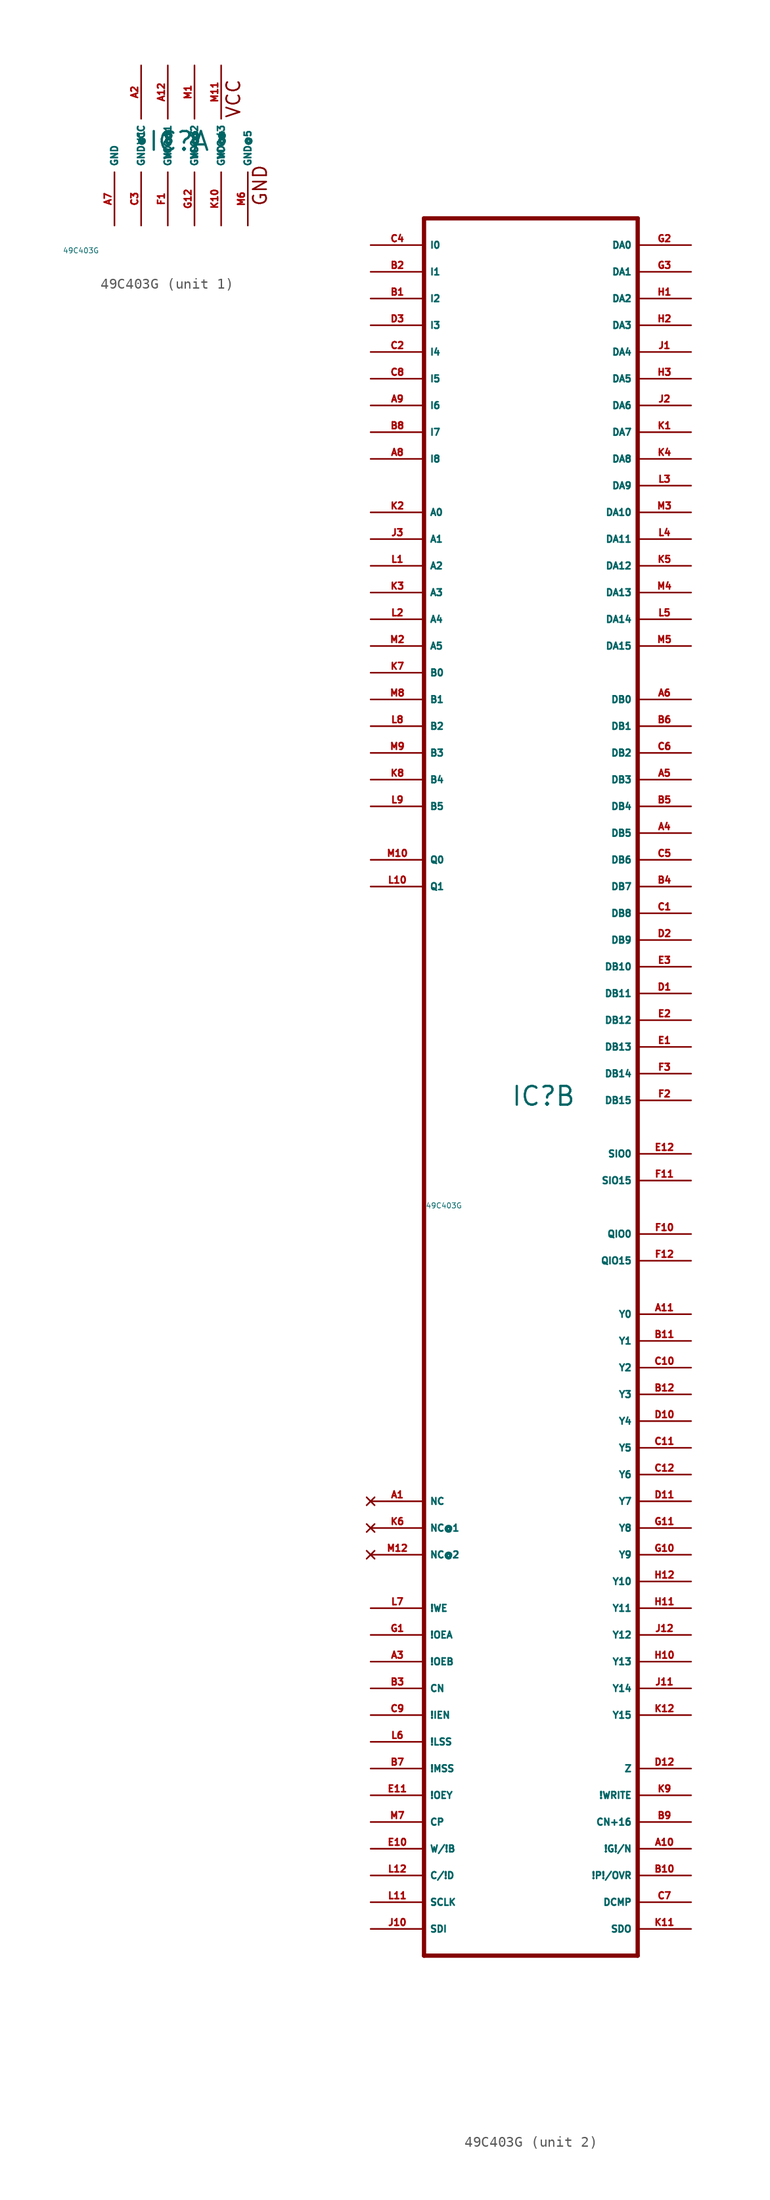
<source format=kicad_sym>
(kicad_symbol_lib
  (version 20220914)
  (generator Eagle2Kicad)
  (symbol "49C403G"
    (property "Reference" "IC"
      (at -1.905 -0.635 0)
      (effects (font (size 1.778 1.778) (thickness 0.22)) (justify left bottom)))
    (property "Value" "49C403G"
      (at -10 -10 0)
      (effects (font (size 0.5 0.5) (thickness 0.06)) (justify left)))
    (symbol "49C403G_1_0"
      (text "GND" (at 9.525 -5.842 900) (effects (font (size 1.27 1.27) (thickness 0.16)) (justify left bottom)))
      (text "VCC" (at 6.985 2.54 900) (effects (font (size 1.27 1.27) (thickness 0.16)) (justify left bottom)))
      (pin unspecified line (at -2.54 7.62 270) (length 5.08) (name "VCC" (effects (font (size 0.635 0.635) (thickness 0.08)) (justify left bottom))) (number "A2" (effects (font (size 0.635 0.635) (thickness 0.08)) (justify left bottom))))
      (pin unspecified line (at -5.08 -7.62 90) (length 5.08) (name "GND" (effects (font (size 0.635 0.635) (thickness 0.08)) (justify left bottom))) (number "A7" (effects (font (size 0.635 0.635) (thickness 0.08)) (justify left bottom))))
      (pin unspecified line (at 0 7.62 270) (length 5.08) (name "VCC@1" (effects (font (size 0.635 0.635) (thickness 0.08)) (justify left bottom))) (number "A12" (effects (font (size 0.635 0.635) (thickness 0.08)) (justify left bottom))))
      (pin unspecified line (at -2.54 -7.62 90) (length 5.08) (name "GND@1" (effects (font (size 0.635 0.635) (thickness 0.08)) (justify left bottom))) (number "C3" (effects (font (size 0.635 0.635) (thickness 0.08)) (justify left bottom))))
      (pin unspecified line (at 2.54 7.62 270) (length 5.08) (name "VCC@2" (effects (font (size 0.635 0.635) (thickness 0.08)) (justify left bottom))) (number "M1" (effects (font (size 0.635 0.635) (thickness 0.08)) (justify left bottom))))
      (pin unspecified line (at 5.08 7.62 270) (length 5.08) (name "VCC@3" (effects (font (size 0.635 0.635) (thickness 0.08)) (justify left bottom))) (number "M11" (effects (font (size 0.635 0.635) (thickness 0.08)) (justify left bottom))))
      (pin unspecified line (at 0 -7.62 90) (length 5.08) (name "GND@2" (effects (font (size 0.635 0.635) (thickness 0.08)) (justify left bottom))) (number "F1" (effects (font (size 0.635 0.635) (thickness 0.08)) (justify left bottom))))
      (pin unspecified line (at 2.54 -7.62 90) (length 5.08) (name "GND@3" (effects (font (size 0.635 0.635) (thickness 0.08)) (justify left bottom))) (number "G12" (effects (font (size 0.635 0.635) (thickness 0.08)) (justify left bottom))))
      (pin unspecified line (at 5.08 -7.62 90) (length 5.08) (name "GND@4" (effects (font (size 0.635 0.635) (thickness 0.08)) (justify left bottom))) (number "K10" (effects (font (size 0.635 0.635) (thickness 0.08)) (justify left bottom))))
      (pin unspecified line (at 7.62 -7.62 90) (length 5.08) (name "GND@5" (effects (font (size 0.635 0.635) (thickness 0.08)) (justify left bottom))) (number "M6" (effects (font (size 0.635 0.635) (thickness 0.08)) (justify left bottom)))))
    (symbol "49C403G_2_0"
      (polyline (pts (xy -10.16 -81.28) (xy 10.16 -81.28)) (stroke (width 0.406) (type default)) (fill (type none)))
      (polyline (pts (xy 10.16 -81.28) (xy 10.16 83.82)) (stroke (width 0.406) (type default)) (fill (type none)))
      (polyline (pts (xy 10.16 83.82) (xy -10.16 83.82)) (stroke (width 0.406) (type default)) (fill (type none)))
      (polyline (pts (xy -10.16 83.82) (xy -10.16 -81.28)) (stroke (width 0.406) (type default)) (fill (type none)))
      (pin input line (at -15.24 81.28 0) (length 5.08) (name "I0" (effects (font (size 0.635 0.635) (thickness 0.08)) (justify left bottom))) (number "C4" (effects (font (size 0.635 0.635) (thickness 0.08)) (justify left bottom))))
      (pin input line (at -15.24 78.74 0) (length 5.08) (name "I1" (effects (font (size 0.635 0.635) (thickness 0.08)) (justify left bottom))) (number "B2" (effects (font (size 0.635 0.635) (thickness 0.08)) (justify left bottom))))
      (pin input line (at -15.24 76.2 0) (length 5.08) (name "I2" (effects (font (size 0.635 0.635) (thickness 0.08)) (justify left bottom))) (number "B1" (effects (font (size 0.635 0.635) (thickness 0.08)) (justify left bottom))))
      (pin input line (at -15.24 73.66 0) (length 5.08) (name "I3" (effects (font (size 0.635 0.635) (thickness 0.08)) (justify left bottom))) (number "D3" (effects (font (size 0.635 0.635) (thickness 0.08)) (justify left bottom))))
      (pin input line (at -15.24 71.12 0) (length 5.08) (name "I4" (effects (font (size 0.635 0.635) (thickness 0.08)) (justify left bottom))) (number "C2" (effects (font (size 0.635 0.635) (thickness 0.08)) (justify left bottom))))
      (pin input line (at -15.24 68.58 0) (length 5.08) (name "I5" (effects (font (size 0.635 0.635) (thickness 0.08)) (justify left bottom))) (number "C8" (effects (font (size 0.635 0.635) (thickness 0.08)) (justify left bottom))))
      (pin input line (at -15.24 66.04 0) (length 5.08) (name "I6" (effects (font (size 0.635 0.635) (thickness 0.08)) (justify left bottom))) (number "A9" (effects (font (size 0.635 0.635) (thickness 0.08)) (justify left bottom))))
      (pin input line (at -15.24 63.5 0) (length 5.08) (name "I7" (effects (font (size 0.635 0.635) (thickness 0.08)) (justify left bottom))) (number "B8" (effects (font (size 0.635 0.635) (thickness 0.08)) (justify left bottom))))
      (pin input line (at -15.24 60.96 0) (length 5.08) (name "I8" (effects (font (size 0.635 0.635) (thickness 0.08)) (justify left bottom))) (number "A8" (effects (font (size 0.635 0.635) (thickness 0.08)) (justify left bottom))))
      (pin input line (at -15.24 55.88 0) (length 5.08) (name "A0" (effects (font (size 0.635 0.635) (thickness 0.08)) (justify left bottom))) (number "K2" (effects (font (size 0.635 0.635) (thickness 0.08)) (justify left bottom))))
      (pin input line (at -15.24 53.34 0) (length 5.08) (name "A1" (effects (font (size 0.635 0.635) (thickness 0.08)) (justify left bottom))) (number "J3" (effects (font (size 0.635 0.635) (thickness 0.08)) (justify left bottom))))
      (pin input line (at -15.24 50.8 0) (length 5.08) (name "A2" (effects (font (size 0.635 0.635) (thickness 0.08)) (justify left bottom))) (number "L1" (effects (font (size 0.635 0.635) (thickness 0.08)) (justify left bottom))))
      (pin input line (at -15.24 48.26 0) (length 5.08) (name "A3" (effects (font (size 0.635 0.635) (thickness 0.08)) (justify left bottom))) (number "K3" (effects (font (size 0.635 0.635) (thickness 0.08)) (justify left bottom))))
      (pin input line (at -15.24 45.72 0) (length 5.08) (name "A4" (effects (font (size 0.635 0.635) (thickness 0.08)) (justify left bottom))) (number "L2" (effects (font (size 0.635 0.635) (thickness 0.08)) (justify left bottom))))
      (pin input line (at -15.24 43.18 0) (length 5.08) (name "A5" (effects (font (size 0.635 0.635) (thickness 0.08)) (justify left bottom))) (number "M2" (effects (font (size 0.635 0.635) (thickness 0.08)) (justify left bottom))))
      (pin input line (at -15.24 40.64 0) (length 5.08) (name "B0" (effects (font (size 0.635 0.635) (thickness 0.08)) (justify left bottom))) (number "K7" (effects (font (size 0.635 0.635) (thickness 0.08)) (justify left bottom))))
      (pin input line (at -15.24 38.1 0) (length 5.08) (name "B1" (effects (font (size 0.635 0.635) (thickness 0.08)) (justify left bottom))) (number "M8" (effects (font (size 0.635 0.635) (thickness 0.08)) (justify left bottom))))
      (pin input line (at -15.24 35.56 0) (length 5.08) (name "B2" (effects (font (size 0.635 0.635) (thickness 0.08)) (justify left bottom))) (number "L8" (effects (font (size 0.635 0.635) (thickness 0.08)) (justify left bottom))))
      (pin input line (at -15.24 33.02 0) (length 5.08) (name "B3" (effects (font (size 0.635 0.635) (thickness 0.08)) (justify left bottom))) (number "M9" (effects (font (size 0.635 0.635) (thickness 0.08)) (justify left bottom))))
      (pin input line (at -15.24 30.48 0) (length 5.08) (name "B4" (effects (font (size 0.635 0.635) (thickness 0.08)) (justify left bottom))) (number "K8" (effects (font (size 0.635 0.635) (thickness 0.08)) (justify left bottom))))
      (pin input line (at -15.24 27.94 0) (length 5.08) (name "B5" (effects (font (size 0.635 0.635) (thickness 0.08)) (justify left bottom))) (number "L9" (effects (font (size 0.635 0.635) (thickness 0.08)) (justify left bottom))))
      (pin input line (at -15.24 -48.26 0) (length 5.08) (name "!WE" (effects (font (size 0.635 0.635) (thickness 0.08)) (justify left bottom))) (number "L7" (effects (font (size 0.635 0.635) (thickness 0.08)) (justify left bottom))))
      (pin input line (at -15.24 -50.8 0) (length 5.08) (name "!OEA" (effects (font (size 0.635 0.635) (thickness 0.08)) (justify left bottom))) (number "G1" (effects (font (size 0.635 0.635) (thickness 0.08)) (justify left bottom))))
      (pin input line (at -15.24 -53.34 0) (length 5.08) (name "!OEB" (effects (font (size 0.635 0.635) (thickness 0.08)) (justify left bottom))) (number "A3" (effects (font (size 0.635 0.635) (thickness 0.08)) (justify left bottom))))
      (pin input line (at -15.24 -55.88 0) (length 5.08) (name "CN" (effects (font (size 0.635 0.635) (thickness 0.08)) (justify left bottom))) (number "B3" (effects (font (size 0.635 0.635) (thickness 0.08)) (justify left bottom))))
      (pin input line (at -15.24 -58.42 0) (length 5.08) (name "!IEN" (effects (font (size 0.635 0.635) (thickness 0.08)) (justify left bottom))) (number "C9" (effects (font (size 0.635 0.635) (thickness 0.08)) (justify left bottom))))
      (pin input line (at -15.24 -60.96 0) (length 5.08) (name "!LSS" (effects (font (size 0.635 0.635) (thickness 0.08)) (justify left bottom))) (number "L6" (effects (font (size 0.635 0.635) (thickness 0.08)) (justify left bottom))))
      (pin input line (at -15.24 -63.5 0) (length 5.08) (name "!MSS" (effects (font (size 0.635 0.635) (thickness 0.08)) (justify left bottom))) (number "B7" (effects (font (size 0.635 0.635) (thickness 0.08)) (justify left bottom))))
      (pin input line (at -15.24 -66.04 0) (length 5.08) (name "!OEY" (effects (font (size 0.635 0.635) (thickness 0.08)) (justify left bottom))) (number "E11" (effects (font (size 0.635 0.635) (thickness 0.08)) (justify left bottom))))
      (pin input line (at -15.24 -68.58 0) (length 5.08) (name "CP" (effects (font (size 0.635 0.635) (thickness 0.08)) (justify left bottom))) (number "M7" (effects (font (size 0.635 0.635) (thickness 0.08)) (justify left bottom))))
      (pin input line (at -15.24 -71.12 0) (length 5.08) (name "W/!B" (effects (font (size 0.635 0.635) (thickness 0.08)) (justify left bottom))) (number "E10" (effects (font (size 0.635 0.635) (thickness 0.08)) (justify left bottom))))
      (pin input line (at -15.24 -78.74 0) (length 5.08) (name "SDI" (effects (font (size 0.635 0.635) (thickness 0.08)) (justify left bottom))) (number "J10" (effects (font (size 0.635 0.635) (thickness 0.08)) (justify left bottom))))
      (pin input line (at -15.24 -73.66 0) (length 5.08) (name "C/!D" (effects (font (size 0.635 0.635) (thickness 0.08)) (justify left bottom))) (number "L12" (effects (font (size 0.635 0.635) (thickness 0.08)) (justify left bottom))))
      (pin input line (at -15.24 22.86 0) (length 5.08) (name "Q0" (effects (font (size 0.635 0.635) (thickness 0.08)) (justify left bottom))) (number "M10" (effects (font (size 0.635 0.635) (thickness 0.08)) (justify left bottom))))
      (pin input line (at -15.24 20.32 0) (length 5.08) (name "Q1" (effects (font (size 0.635 0.635) (thickness 0.08)) (justify left bottom))) (number "L10" (effects (font (size 0.635 0.635) (thickness 0.08)) (justify left bottom))))
      (pin bidirectional line (at 15.24 81.28 180) (length 5.08) (name "DA0" (effects (font (size 0.635 0.635) (thickness 0.08)) (justify left bottom))) (number "G2" (effects (font (size 0.635 0.635) (thickness 0.08)) (justify left bottom))))
      (pin bidirectional line (at 15.24 78.74 180) (length 5.08) (name "DA1" (effects (font (size 0.635 0.635) (thickness 0.08)) (justify left bottom))) (number "G3" (effects (font (size 0.635 0.635) (thickness 0.08)) (justify left bottom))))
      (pin bidirectional line (at 15.24 76.2 180) (length 5.08) (name "DA2" (effects (font (size 0.635 0.635) (thickness 0.08)) (justify left bottom))) (number "H1" (effects (font (size 0.635 0.635) (thickness 0.08)) (justify left bottom))))
      (pin bidirectional line (at 15.24 73.66 180) (length 5.08) (name "DA3" (effects (font (size 0.635 0.635) (thickness 0.08)) (justify left bottom))) (number "H2" (effects (font (size 0.635 0.635) (thickness 0.08)) (justify left bottom))))
      (pin bidirectional line (at 15.24 71.12 180) (length 5.08) (name "DA4" (effects (font (size 0.635 0.635) (thickness 0.08)) (justify left bottom))) (number "J1" (effects (font (size 0.635 0.635) (thickness 0.08)) (justify left bottom))))
      (pin bidirectional line (at 15.24 68.58 180) (length 5.08) (name "DA5" (effects (font (size 0.635 0.635) (thickness 0.08)) (justify left bottom))) (number "H3" (effects (font (size 0.635 0.635) (thickness 0.08)) (justify left bottom))))
      (pin bidirectional line (at 15.24 66.04 180) (length 5.08) (name "DA6" (effects (font (size 0.635 0.635) (thickness 0.08)) (justify left bottom))) (number "J2" (effects (font (size 0.635 0.635) (thickness 0.08)) (justify left bottom))))
      (pin bidirectional line (at 15.24 63.5 180) (length 5.08) (name "DA7" (effects (font (size 0.635 0.635) (thickness 0.08)) (justify left bottom))) (number "K1" (effects (font (size 0.635 0.635) (thickness 0.08)) (justify left bottom))))
      (pin bidirectional line (at 15.24 60.96 180) (length 5.08) (name "DA8" (effects (font (size 0.635 0.635) (thickness 0.08)) (justify left bottom))) (number "K4" (effects (font (size 0.635 0.635) (thickness 0.08)) (justify left bottom))))
      (pin bidirectional line (at 15.24 58.42 180) (length 5.08) (name "DA9" (effects (font (size 0.635 0.635) (thickness 0.08)) (justify left bottom))) (number "L3" (effects (font (size 0.635 0.635) (thickness 0.08)) (justify left bottom))))
      (pin bidirectional line (at 15.24 55.88 180) (length 5.08) (name "DA10" (effects (font (size 0.635 0.635) (thickness 0.08)) (justify left bottom))) (number "M3" (effects (font (size 0.635 0.635) (thickness 0.08)) (justify left bottom))))
      (pin bidirectional line (at 15.24 53.34 180) (length 5.08) (name "DA11" (effects (font (size 0.635 0.635) (thickness 0.08)) (justify left bottom))) (number "L4" (effects (font (size 0.635 0.635) (thickness 0.08)) (justify left bottom))))
      (pin bidirectional line (at 15.24 50.8 180) (length 5.08) (name "DA12" (effects (font (size 0.635 0.635) (thickness 0.08)) (justify left bottom))) (number "K5" (effects (font (size 0.635 0.635) (thickness 0.08)) (justify left bottom))))
      (pin bidirectional line (at 15.24 48.26 180) (length 5.08) (name "DA13" (effects (font (size 0.635 0.635) (thickness 0.08)) (justify left bottom))) (number "M4" (effects (font (size 0.635 0.635) (thickness 0.08)) (justify left bottom))))
      (pin bidirectional line (at 15.24 45.72 180) (length 5.08) (name "DA14" (effects (font (size 0.635 0.635) (thickness 0.08)) (justify left bottom))) (number "L5" (effects (font (size 0.635 0.635) (thickness 0.08)) (justify left bottom))))
      (pin bidirectional line (at 15.24 43.18 180) (length 5.08) (name "DA15" (effects (font (size 0.635 0.635) (thickness 0.08)) (justify left bottom))) (number "M5" (effects (font (size 0.635 0.635) (thickness 0.08)) (justify left bottom))))
      (pin bidirectional line (at 15.24 38.1 180) (length 5.08) (name "DB0" (effects (font (size 0.635 0.635) (thickness 0.08)) (justify left bottom))) (number "A6" (effects (font (size 0.635 0.635) (thickness 0.08)) (justify left bottom))))
      (pin bidirectional line (at 15.24 35.56 180) (length 5.08) (name "DB1" (effects (font (size 0.635 0.635) (thickness 0.08)) (justify left bottom))) (number "B6" (effects (font (size 0.635 0.635) (thickness 0.08)) (justify left bottom))))
      (pin bidirectional line (at 15.24 33.02 180) (length 5.08) (name "DB2" (effects (font (size 0.635 0.635) (thickness 0.08)) (justify left bottom))) (number "C6" (effects (font (size 0.635 0.635) (thickness 0.08)) (justify left bottom))))
      (pin bidirectional line (at 15.24 30.48 180) (length 5.08) (name "DB3" (effects (font (size 0.635 0.635) (thickness 0.08)) (justify left bottom))) (number "A5" (effects (font (size 0.635 0.635) (thickness 0.08)) (justify left bottom))))
      (pin bidirectional line (at 15.24 27.94 180) (length 5.08) (name "DB4" (effects (font (size 0.635 0.635) (thickness 0.08)) (justify left bottom))) (number "B5" (effects (font (size 0.635 0.635) (thickness 0.08)) (justify left bottom))))
      (pin bidirectional line (at 15.24 25.4 180) (length 5.08) (name "DB5" (effects (font (size 0.635 0.635) (thickness 0.08)) (justify left bottom))) (number "A4" (effects (font (size 0.635 0.635) (thickness 0.08)) (justify left bottom))))
      (pin bidirectional line (at 15.24 22.86 180) (length 5.08) (name "DB6" (effects (font (size 0.635 0.635) (thickness 0.08)) (justify left bottom))) (number "C5" (effects (font (size 0.635 0.635) (thickness 0.08)) (justify left bottom))))
      (pin bidirectional line (at 15.24 20.32 180) (length 5.08) (name "DB7" (effects (font (size 0.635 0.635) (thickness 0.08)) (justify left bottom))) (number "B4" (effects (font (size 0.635 0.635) (thickness 0.08)) (justify left bottom))))
      (pin bidirectional line (at 15.24 17.78 180) (length 5.08) (name "DB8" (effects (font (size 0.635 0.635) (thickness 0.08)) (justify left bottom))) (number "C1" (effects (font (size 0.635 0.635) (thickness 0.08)) (justify left bottom))))
      (pin bidirectional line (at 15.24 15.24 180) (length 5.08) (name "DB9" (effects (font (size 0.635 0.635) (thickness 0.08)) (justify left bottom))) (number "D2" (effects (font (size 0.635 0.635) (thickness 0.08)) (justify left bottom))))
      (pin bidirectional line (at 15.24 12.7 180) (length 5.08) (name "DB10" (effects (font (size 0.635 0.635) (thickness 0.08)) (justify left bottom))) (number "E3" (effects (font (size 0.635 0.635) (thickness 0.08)) (justify left bottom))))
      (pin bidirectional line (at 15.24 10.16 180) (length 5.08) (name "DB11" (effects (font (size 0.635 0.635) (thickness 0.08)) (justify left bottom))) (number "D1" (effects (font (size 0.635 0.635) (thickness 0.08)) (justify left bottom))))
      (pin bidirectional line (at 15.24 7.62 180) (length 5.08) (name "DB12" (effects (font (size 0.635 0.635) (thickness 0.08)) (justify left bottom))) (number "E2" (effects (font (size 0.635 0.635) (thickness 0.08)) (justify left bottom))))
      (pin bidirectional line (at 15.24 5.08 180) (length 5.08) (name "DB13" (effects (font (size 0.635 0.635) (thickness 0.08)) (justify left bottom))) (number "E1" (effects (font (size 0.635 0.635) (thickness 0.08)) (justify left bottom))))
      (pin bidirectional line (at 15.24 2.54 180) (length 5.08) (name "DB14" (effects (font (size 0.635 0.635) (thickness 0.08)) (justify left bottom))) (number "F3" (effects (font (size 0.635 0.635) (thickness 0.08)) (justify left bottom))))
      (pin bidirectional line (at 15.24 0 180) (length 5.08) (name "DB15" (effects (font (size 0.635 0.635) (thickness 0.08)) (justify left bottom))) (number "F2" (effects (font (size 0.635 0.635) (thickness 0.08)) (justify left bottom))))
      (pin bidirectional line (at 15.24 -5.08 180) (length 5.08) (name "SIO0" (effects (font (size 0.635 0.635) (thickness 0.08)) (justify left bottom))) (number "E12" (effects (font (size 0.635 0.635) (thickness 0.08)) (justify left bottom))))
      (pin bidirectional line (at 15.24 -7.62 180) (length 5.08) (name "SIO15" (effects (font (size 0.635 0.635) (thickness 0.08)) (justify left bottom))) (number "F11" (effects (font (size 0.635 0.635) (thickness 0.08)) (justify left bottom))))
      (pin bidirectional line (at 15.24 -12.7 180) (length 5.08) (name "QIO0" (effects (font (size 0.635 0.635) (thickness 0.08)) (justify left bottom))) (number "F10" (effects (font (size 0.635 0.635) (thickness 0.08)) (justify left bottom))))
      (pin bidirectional line (at 15.24 -15.24 180) (length 5.08) (name "QIO15" (effects (font (size 0.635 0.635) (thickness 0.08)) (justify left bottom))) (number "F12" (effects (font (size 0.635 0.635) (thickness 0.08)) (justify left bottom))))
      (pin bidirectional line (at 15.24 -63.5 180) (length 5.08) (name "Z" (effects (font (size 0.635 0.635) (thickness 0.08)) (justify left bottom))) (number "D12" (effects (font (size 0.635 0.635) (thickness 0.08)) (justify left bottom))))
      (pin bidirectional line (at 15.24 -58.42 180) (length 5.08) (name "Y15" (effects (font (size 0.635 0.635) (thickness 0.08)) (justify left bottom))) (number "K12" (effects (font (size 0.635 0.635) (thickness 0.08)) (justify left bottom))))
      (pin bidirectional line (at 15.24 -55.88 180) (length 5.08) (name "Y14" (effects (font (size 0.635 0.635) (thickness 0.08)) (justify left bottom))) (number "J11" (effects (font (size 0.635 0.635) (thickness 0.08)) (justify left bottom))))
      (pin bidirectional line (at 15.24 -53.34 180) (length 5.08) (name "Y13" (effects (font (size 0.635 0.635) (thickness 0.08)) (justify left bottom))) (number "H10" (effects (font (size 0.635 0.635) (thickness 0.08)) (justify left bottom))))
      (pin bidirectional line (at 15.24 -50.8 180) (length 5.08) (name "Y12" (effects (font (size 0.635 0.635) (thickness 0.08)) (justify left bottom))) (number "J12" (effects (font (size 0.635 0.635) (thickness 0.08)) (justify left bottom))))
      (pin bidirectional line (at 15.24 -48.26 180) (length 5.08) (name "Y11" (effects (font (size 0.635 0.635) (thickness 0.08)) (justify left bottom))) (number "H11" (effects (font (size 0.635 0.635) (thickness 0.08)) (justify left bottom))))
      (pin bidirectional line (at 15.24 -45.72 180) (length 5.08) (name "Y10" (effects (font (size 0.635 0.635) (thickness 0.08)) (justify left bottom))) (number "H12" (effects (font (size 0.635 0.635) (thickness 0.08)) (justify left bottom))))
      (pin bidirectional line (at 15.24 -43.18 180) (length 5.08) (name "Y9" (effects (font (size 0.635 0.635) (thickness 0.08)) (justify left bottom))) (number "G10" (effects (font (size 0.635 0.635) (thickness 0.08)) (justify left bottom))))
      (pin bidirectional line (at 15.24 -40.64 180) (length 5.08) (name "Y8" (effects (font (size 0.635 0.635) (thickness 0.08)) (justify left bottom))) (number "G11" (effects (font (size 0.635 0.635) (thickness 0.08)) (justify left bottom))))
      (pin bidirectional line (at 15.24 -38.1 180) (length 5.08) (name "Y7" (effects (font (size 0.635 0.635) (thickness 0.08)) (justify left bottom))) (number "D11" (effects (font (size 0.635 0.635) (thickness 0.08)) (justify left bottom))))
      (pin bidirectional line (at 15.24 -35.56 180) (length 5.08) (name "Y6" (effects (font (size 0.635 0.635) (thickness 0.08)) (justify left bottom))) (number "C12" (effects (font (size 0.635 0.635) (thickness 0.08)) (justify left bottom))))
      (pin bidirectional line (at 15.24 -33.02 180) (length 5.08) (name "Y5" (effects (font (size 0.635 0.635) (thickness 0.08)) (justify left bottom))) (number "C11" (effects (font (size 0.635 0.635) (thickness 0.08)) (justify left bottom))))
      (pin bidirectional line (at 15.24 -30.48 180) (length 5.08) (name "Y4" (effects (font (size 0.635 0.635) (thickness 0.08)) (justify left bottom))) (number "D10" (effects (font (size 0.635 0.635) (thickness 0.08)) (justify left bottom))))
      (pin bidirectional line (at 15.24 -27.94 180) (length 5.08) (name "Y3" (effects (font (size 0.635 0.635) (thickness 0.08)) (justify left bottom))) (number "B12" (effects (font (size 0.635 0.635) (thickness 0.08)) (justify left bottom))))
      (pin bidirectional line (at 15.24 -25.4 180) (length 5.08) (name "Y2" (effects (font (size 0.635 0.635) (thickness 0.08)) (justify left bottom))) (number "C10" (effects (font (size 0.635 0.635) (thickness 0.08)) (justify left bottom))))
      (pin bidirectional line (at 15.24 -22.86 180) (length 5.08) (name "Y1" (effects (font (size 0.635 0.635) (thickness 0.08)) (justify left bottom))) (number "B11" (effects (font (size 0.635 0.635) (thickness 0.08)) (justify left bottom))))
      (pin bidirectional line (at 15.24 -20.32 180) (length 5.08) (name "Y0" (effects (font (size 0.635 0.635) (thickness 0.08)) (justify left bottom))) (number "A11" (effects (font (size 0.635 0.635) (thickness 0.08)) (justify left bottom))))
      (pin output line (at 15.24 -66.04 180) (length 5.08) (name "!WRITE" (effects (font (size 0.635 0.635) (thickness 0.08)) (justify left bottom))) (number "K9" (effects (font (size 0.635 0.635) (thickness 0.08)) (justify left bottom))))
      (pin output line (at 15.24 -68.58 180) (length 5.08) (name "CN+16" (effects (font (size 0.635 0.635) (thickness 0.08)) (justify left bottom))) (number "B9" (effects (font (size 0.635 0.635) (thickness 0.08)) (justify left bottom))))
      (pin output line (at 15.24 -71.12 180) (length 5.08) (name "!G!/N" (effects (font (size 0.635 0.635) (thickness 0.08)) (justify left bottom))) (number "A10" (effects (font (size 0.635 0.635) (thickness 0.08)) (justify left bottom))))
      (pin output line (at 15.24 -73.66 180) (length 5.08) (name "!P!/OVR" (effects (font (size 0.635 0.635) (thickness 0.08)) (justify left bottom))) (number "B10" (effects (font (size 0.635 0.635) (thickness 0.08)) (justify left bottom))))
      (pin output line (at 15.24 -78.74 180) (length 5.08) (name "SDO" (effects (font (size 0.635 0.635) (thickness 0.08)) (justify left bottom))) (number "K11" (effects (font (size 0.635 0.635) (thickness 0.08)) (justify left bottom))))
      (pin output line (at 15.24 -76.2 180) (length 5.08) (name "DCMP" (effects (font (size 0.635 0.635) (thickness 0.08)) (justify left bottom))) (number "C7" (effects (font (size 0.635 0.635) (thickness 0.08)) (justify left bottom))))
      (pin input line (at -15.24 -76.2 0) (length 5.08) (name "SCLK" (effects (font (size 0.635 0.635) (thickness 0.08)) (justify left bottom))) (number "L11" (effects (font (size 0.635 0.635) (thickness 0.08)) (justify left bottom))))
      (pin no_connect line (at -15.24 -43.18 0) (length 5.08) (name "NC@2" (effects (font (size 0.635 0.635) (thickness 0.08)) (justify left bottom) hide)) (number "M12" (effects (font (size 0.635 0.635) (thickness 0.08)) (justify left bottom) hide)))
      (pin no_connect line (at -15.24 -40.64 0) (length 5.08) (name "NC@1" (effects (font (size 0.635 0.635) (thickness 0.08)) (justify left bottom) hide)) (number "K6" (effects (font (size 0.635 0.635) (thickness 0.08)) (justify left bottom) hide)))
      (pin no_connect line (at -15.24 -38.1 0) (length 5.08) (name "NC" (effects (font (size 0.635 0.635) (thickness 0.08)) (justify left bottom) hide)) (number "A1" (effects (font (size 0.635 0.635) (thickness 0.08)) (justify left bottom) hide))))))
</source>
